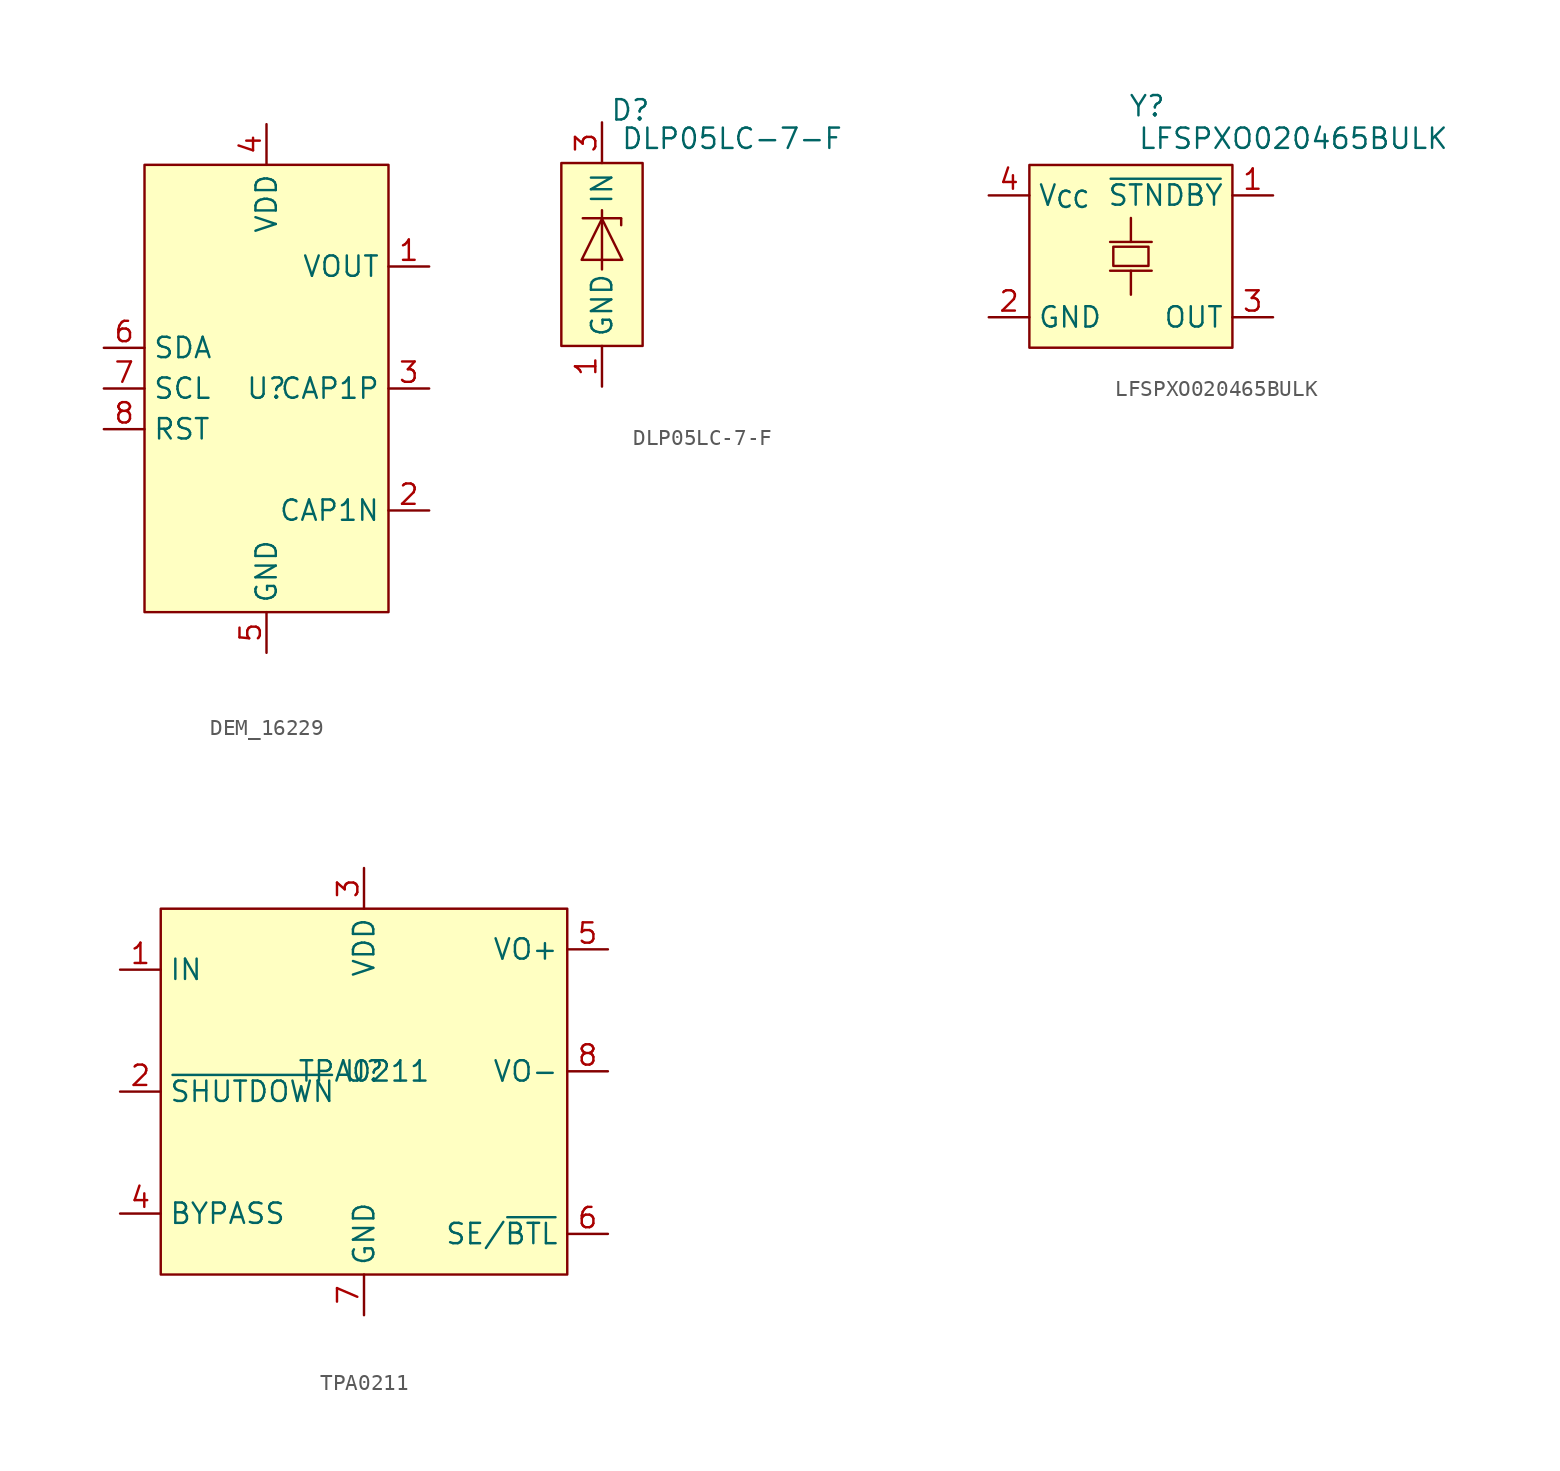
<source format=kicad_sym>
(kicad_symbol_lib
  (version 20241209)
  (generator "kicad_symbol_editor")
  (generator_version "9.0")
  (symbol "DEM_16229"
    (property "Reference" "U"
      (at 0 0 0)
      (effects (font (size 1.27 1.27))))
    (property "Value" ""
      (at 0 0 0)
      (effects (font (size 1.27 1.27))))
    (symbol "DEM_16229_1_1"
      (rectangle (start -7.62 13.97) (end 7.62 -13.97) (stroke (width 0) (type solid)) (fill (type background)))
      (pin bidirectional line (at -10.16 2.54 0) (length 2.54) (name "SDA" (effects (font (size 1.27 1.27)))) (number "6" (effects (font (size 1.27 1.27)))))
      (pin input line (at -10.16 0 0) (length 2.54) (name "SCL" (effects (font (size 1.27 1.27)))) (number "7" (effects (font (size 1.27 1.27)))))
      (pin input line (at -10.16 -2.54 0) (length 2.54) (name "RST" (effects (font (size 1.27 1.27)))) (number "8" (effects (font (size 1.27 1.27)))))
      (pin power_in line (at 0 16.51 270) (length 2.54) (name "VDD" (effects (font (size 1.27 1.27)))) (number "4" (effects (font (size 1.27 1.27)))))
      (pin power_in line (at 0 -16.51 90) (length 2.54) (name "GND" (effects (font (size 1.27 1.27)))) (number "5" (effects (font (size 1.27 1.27)))))
      (pin power_in line (at 10.16 7.62 180) (length 2.54) (name "VOUT" (effects (font (size 1.27 1.27)))) (number "1" (effects (font (size 1.27 1.27)))))
      (pin power_in line (at 10.16 0 180) (length 2.54) (name "CAP1P" (effects (font (size 1.27 1.27)))) (number "3" (effects (font (size 1.27 1.27)))))
      (pin power_in line (at 10.16 -7.62 180) (length 2.54) (name "CAP1N" (effects (font (size 1.27 1.27)))) (number "2" (effects (font (size 1.27 1.27)))))))
  (symbol "DLP05LC-7-F"
    (property "Reference" "D"
      (at 1.778 9.652 0)
      (effects (font (size 1.27 1.27))))
    (property "Value" "DLP05LC-7-F"
      (at 8.128 7.874 0)
      (effects (font (size 1.27 1.27))))
    (symbol "DLP05LC-7-F_0_1"
      (polyline (pts (xy -1.27 0.3) (xy 1.27 0.3) (xy 0 2.864) (xy -1.27 0.3)) (stroke (width 0) (type default)) (fill (type none)))
      (polyline (pts (xy -1.2 2.9) (xy 1.2 2.9)) (stroke (width 0) (type default)) (fill (type none)))
      (polyline (pts (xy 0 -0.3) (xy 0 3.4)) (stroke (width 0) (type default)) (fill (type none)))
      (polyline (pts (xy 1.2 2.864) (xy 1.2 2.464)) (stroke (width 0) (type default)) (fill (type none))))
    (symbol "DLP05LC-7-F_1_1"
      (rectangle (start -2.54 6.35) (end 2.54 -5.08) (stroke (width 0) (type solid)) (fill (type background)))
      (pin power_in line (at 0 8.89 270) (length 2.54) (name "IN" (effects (font (size 1.27 1.27)))) (number "3" (effects (font (size 1.27 1.27)))))
      (pin power_in line (at 0 -7.62 90) (length 2.54) (name "GND" (effects (font (size 1.27 1.27)))) (number "1" (effects (font (size 1.27 1.27)))))
      (pin no_connect line (at 1.27 -7.62 90) (length 2.54) (hide yes) (name "NC" (effects (font (size 1.27 1.27)))) (number "2" (effects (font (size 1.27 1.27)))))))
  (symbol "LFSPXO020465BULK"
    (property "Reference" "Y"
      (at 1.016 9.398 0)
      (effects (font (size 1.27 1.27))))
    (property "Value" "LFSPXO020465BULK"
      (at 10.16 7.366 0)
      (effects (font (size 1.27 1.27))))
    (symbol "LFSPXO020465BULK_0_1"
      (polyline (pts (xy -1.3 0.9) (xy 1.3 0.9)) (stroke (width 0) (type default)) (fill (type none)))
      (polyline (pts (xy -1.3 -0.9) (xy 1.3 -0.9)) (stroke (width 0) (type default)) (fill (type none)))
      (rectangle (start -1.1 0.6) (end 1.1 -0.6) (stroke (width 0) (type default)) (fill (type none)))
      (polyline (pts (xy 0 0.9) (xy 0 2.4)) (stroke (width 0) (type default)) (fill (type none)))
      (polyline (pts (xy 0 -0.9) (xy 0 -2.4)) (stroke (width 0) (type default)) (fill (type none))))
    (symbol "LFSPXO020465BULK_1_1"
      (rectangle (start -6.35 5.715) (end 6.35 -5.715) (stroke (width 0) (type solid)) (fill (type background)))
      (pin power_in line (at -8.89 3.81 0) (length 2.54) (name "V_{CC}" (effects (font (size 1.27 1.27)))) (number "4" (effects (font (size 1.27 1.27)))))
      (pin power_in line (at -8.89 -3.81 0) (length 2.54) (name "GND" (effects (font (size 1.27 1.27)))) (number "2" (effects (font (size 1.27 1.27)))))
      (pin input line (at 8.89 3.81 180) (length 2.54) (name "~{STNDBY}" (effects (font (size 1.27 1.27)))) (number "1" (effects (font (size 1.27 1.27)))))
      (pin output line (at 8.89 -3.81 180) (length 2.54) (name "OUT" (effects (font (size 1.27 1.27)))) (number "3" (effects (font (size 1.27 1.27)))))))
  (symbol "TPA0211"
    (property "Reference" "U"
      (at 0 0 0)
      (effects (font (size 1.27 1.27))))
    (property "Value" "TPA0211"
      (at 0 0 0)
      (effects (font (size 1.27 1.27))))
    (symbol "TPA0211_1_1"
      (rectangle (start -12.7 10.16) (end 12.7 -12.7) (stroke (width 0) (type solid)) (fill (type background)))
      (pin input line (at -15.24 6.35 0) (length 2.54) (name "IN" (effects (font (size 1.27 1.27)))) (number "1" (effects (font (size 1.27 1.27)))))
      (pin input line (at -15.24 -1.27 0) (length 2.54) (name "~{SHUTDOWN}" (effects (font (size 1.27 1.27)))) (number "2" (effects (font (size 1.27 1.27)))))
      (pin input line (at -15.24 -8.89 0) (length 2.54) (name "BYPASS" (effects (font (size 1.27 1.27)))) (number "4" (effects (font (size 1.27 1.27)))))
      (pin power_in line (at 0 12.7 270) (length 2.54) (name "VDD" (effects (font (size 1.27 1.27)))) (number "3" (effects (font (size 1.27 1.27)))))
      (pin power_in line (at 0 -15.24 90) (length 2.54) (name "GND" (effects (font (size 1.27 1.27)))) (number "7" (effects (font (size 1.27 1.27)))))
      (pin output line (at 15.24 7.62 180) (length 2.54) (name "VO+" (effects (font (size 1.27 1.27)))) (number "5" (effects (font (size 1.27 1.27)))))
      (pin output line (at 15.24 0 180) (length 2.54) (name "VO-" (effects (font (size 1.27 1.27)))) (number "8" (effects (font (size 1.27 1.27)))))
      (pin input line (at 15.24 -10.16 180) (length 2.54) (name "SE/~{BTL}" (effects (font (size 1.27 1.27)))) (number "6" (effects (font (size 1.27 1.27))))))))
</source>
